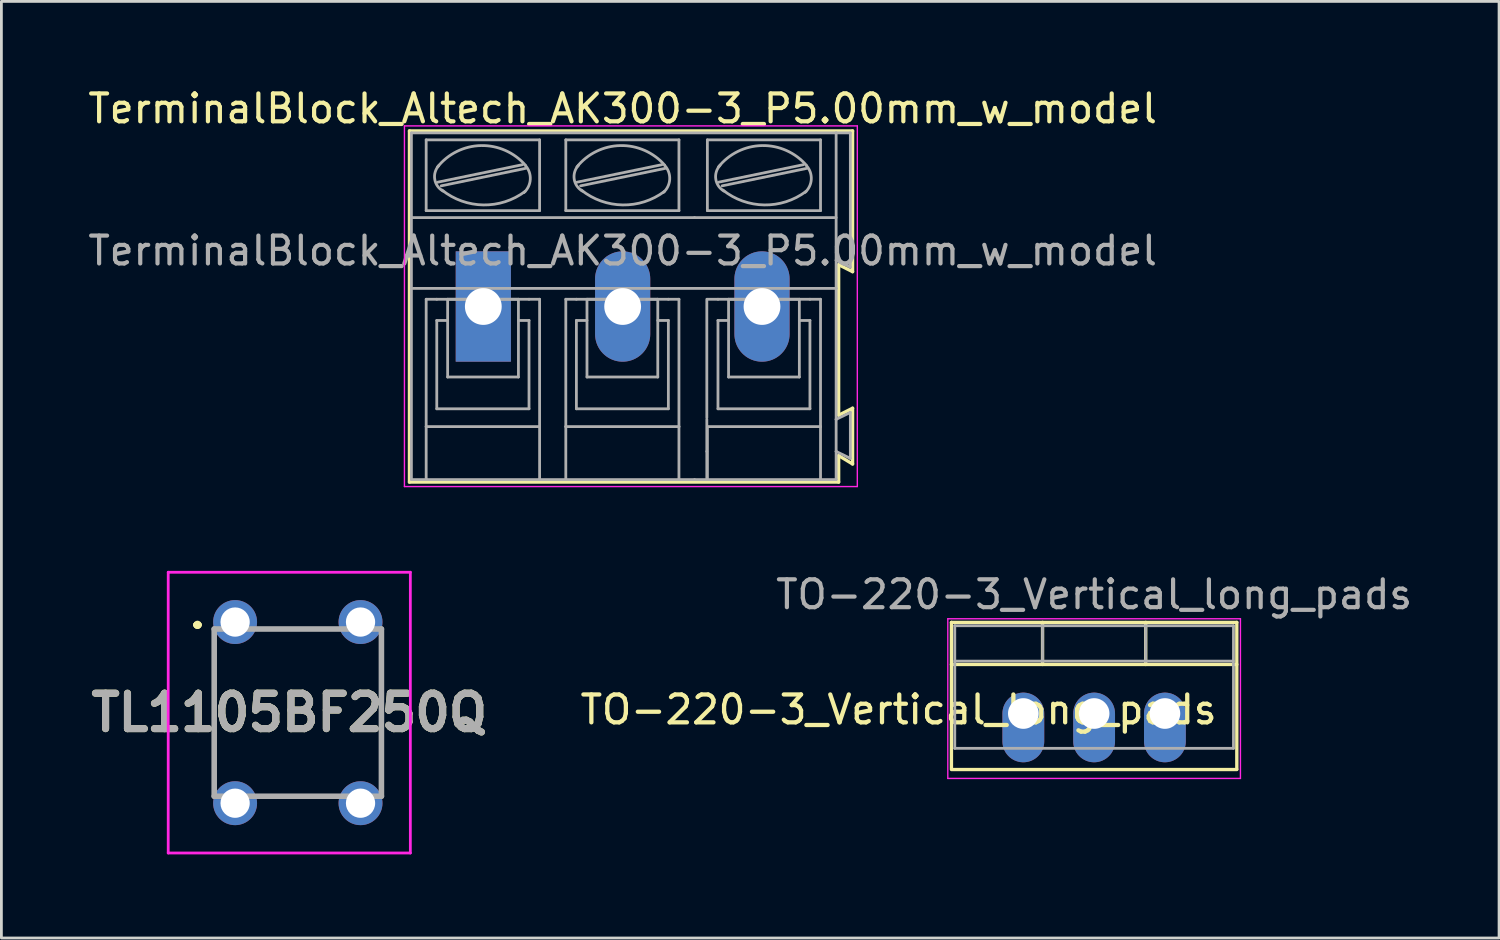
<source format=kicad_pcb>
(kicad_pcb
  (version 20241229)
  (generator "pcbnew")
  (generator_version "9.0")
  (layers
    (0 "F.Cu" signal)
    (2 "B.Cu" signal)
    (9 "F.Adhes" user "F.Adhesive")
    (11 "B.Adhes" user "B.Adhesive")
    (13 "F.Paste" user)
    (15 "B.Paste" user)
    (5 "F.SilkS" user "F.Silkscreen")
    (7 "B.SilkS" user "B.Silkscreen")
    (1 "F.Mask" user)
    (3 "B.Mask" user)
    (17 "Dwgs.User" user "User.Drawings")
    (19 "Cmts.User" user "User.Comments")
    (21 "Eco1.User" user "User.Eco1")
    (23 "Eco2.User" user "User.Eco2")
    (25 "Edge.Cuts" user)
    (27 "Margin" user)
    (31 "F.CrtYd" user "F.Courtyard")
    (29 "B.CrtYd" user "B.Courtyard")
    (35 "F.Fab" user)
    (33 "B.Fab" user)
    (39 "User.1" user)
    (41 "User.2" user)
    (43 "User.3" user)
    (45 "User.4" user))
  (footprint "TerminalBlock_Altech_AK300-3_P5.00mm_w_model"
    (layer "F.Cu")
    (at 14.292 7.948)
    (property "Reference" "TerminalBlock_Altech_AK300-3_P5.00mm_w_model" (at 5 -7.1 0) (layer "F.SilkS") (effects (font (size 1 1) (thickness 0.15))))
    (attr through_hole)
    (fp_line (start -2.65 -6.3) (end -2.65 6.3) (stroke (width 0.12) (type solid)) (layer "F.SilkS"))
    (fp_line (start -2.65 6.3) (end 12.75 6.3) (stroke (width 0.12) (type solid)) (layer "F.SilkS"))
    (fp_line (start 12.75 -1.5) (end 13.25 -1.25) (stroke (width 0.12) (type solid)) (layer "F.SilkS"))
    (fp_line (start 12.75 3.9) (end 12.75 -1.5) (stroke (width 0.12) (type solid)) (layer "F.SilkS"))
    (fp_line (start 12.75 5.35) (end 13.25 5.65) (stroke (width 0.12) (type solid)) (layer "F.SilkS"))
    (fp_line (start 12.75 6.3) (end 12.75 5.35) (stroke (width 0.12) (type solid)) (layer "F.SilkS"))
    (fp_line (start 13.25 -6.3) (end -2.65 -6.3) (stroke (width 0.12) (type solid)) (layer "F.SilkS"))
    (fp_line (start 13.25 -1.25) (end 13.25 -6.3) (stroke (width 0.12) (type solid)) (layer "F.SilkS"))
    (fp_line (start 13.25 3.65) (end 12.75 3.9) (stroke (width 0.12) (type solid)) (layer "F.SilkS"))
    (fp_line (start 13.25 5.65) (end 13.25 3.65) (stroke (width 0.12) (type solid)) (layer "F.SilkS"))
    (fp_line (start -2.83 -6.48) (end -2.83 6.46) (stroke (width 0.05) (type solid)) (layer "F.CrtYd"))
    (fp_line (start -2.83 -6.48) (end 13.42 -6.48) (stroke (width 0.05) (type solid)) (layer "F.CrtYd"))
    (fp_line (start 13.42 6.46) (end -2.83 6.46) (stroke (width 0.05) (type solid)) (layer "F.CrtYd"))
    (fp_line (start 13.42 6.46) (end 13.42 -6.48) (stroke (width 0.05) (type solid)) (layer "F.CrtYd"))
    (fp_line (start -2.58 -6.23) (end 12.66 -6.23) (stroke (width 0.1) (type solid)) (layer "F.Fab"))
    (fp_line (start -2.58 -3.19) (end -2.58 -6.23) (stroke (width 0.1) (type solid)) (layer "F.Fab"))
    (fp_line (start -2.58 -3.19) (end 7.58 -3.19) (stroke (width 0.1) (type solid)) (layer "F.Fab"))
    (fp_line (start -2.58 -0.65) (end -2.58 -3.19) (stroke (width 0.1) (type solid)) (layer "F.Fab"))
    (fp_line (start -2.58 6.21) (end -2.58 -0.65) (stroke (width 0.1) (type solid)) (layer "F.Fab"))
    (fp_line (start -2.58 6.21) (end -2.05 6.21) (stroke (width 0.1) (type solid)) (layer "F.Fab"))
    (fp_line (start -2.05 -3.44) (end -2.05 -5.98) (stroke (width 0.1) (type solid)) (layer "F.Fab"))
    (fp_line (start -2.05 -0.26) (end -2.05 4.31) (stroke (width 0.1) (type solid)) (layer "F.Fab"))
    (fp_line (start -2.05 -0.26) (end -1.67 -0.26) (stroke (width 0.1) (type solid)) (layer "F.Fab"))
    (fp_line (start -2.05 4.31) (end -2.05 6.21) (stroke (width 0.1) (type solid)) (layer "F.Fab"))
    (fp_line (start -2.05 6.21) (end 2.02 6.21) (stroke (width 0.1) (type solid)) (layer "F.Fab"))
    (fp_line (start -1.67 0.5) (end -1.28 0.5) (stroke (width 0.1) (type solid)) (layer "F.Fab"))
    (fp_line (start -1.67 3.67) (end -1.67 0.5) (stroke (width 0.1) (type solid)) (layer "F.Fab"))
    (fp_line (start -1.64 -4.46) (end 1.41 -5.09) (stroke (width 0.1) (type solid)) (layer "F.Fab"))
    (fp_line (start -1.51 -4.33) (end 1.53 -4.96) (stroke (width 0.1) (type solid)) (layer "F.Fab"))
    (fp_line (start -1.28 -0.26) (end 1.26 -0.26) (stroke (width 0.1) (type solid)) (layer "F.Fab"))
    (fp_line (start -1.28 2.53) (end -1.28 -0.26) (stroke (width 0.1) (type solid)) (layer "F.Fab"))
    (fp_line (start -1.28 2.53) (end 1.26 2.53) (stroke (width 0.1) (type solid)) (layer "F.Fab"))
    (fp_line (start 1.26 2.53) (end 1.26 -0.26) (stroke (width 0.1) (type solid)) (layer "F.Fab"))
    (fp_line (start 1.64 -0.26) (end -1.67 -0.26) (stroke (width 0.1) (type solid)) (layer "F.Fab"))
    (fp_line (start 1.64 0.5) (end 1.26 0.5) (stroke (width 0.1) (type solid)) (layer "F.Fab"))
    (fp_line (start 1.64 3.67) (end -1.67 3.67) (stroke (width 0.1) (type solid)) (layer "F.Fab"))
    (fp_line (start 1.64 3.67) (end 1.64 0.5) (stroke (width 0.1) (type solid)) (layer "F.Fab"))
    (fp_line (start 2.02 -5.98) (end -2.05 -5.98) (stroke (width 0.1) (type solid)) (layer "F.Fab"))
    (fp_line (start 2.02 -3.44) (end -2.05 -3.44) (stroke (width 0.1) (type solid)) (layer "F.Fab"))
    (fp_line (start 2.02 -3.44) (end 2.02 -5.98) (stroke (width 0.1) (type solid)) (layer "F.Fab"))
    (fp_line (start 2.02 -0.26) (end 1.64 -0.26) (stroke (width 0.1) (type solid)) (layer "F.Fab"))
    (fp_line (start 2.02 4.31) (end -2.05 4.31) (stroke (width 0.1) (type solid)) (layer "F.Fab"))
    (fp_line (start 2.02 4.31) (end 2.02 -0.26) (stroke (width 0.1) (type solid)) (layer "F.Fab"))
    (fp_line (start 2.02 6.21) (end 2.02 4.31) (stroke (width 0.1) (type solid)) (layer "F.Fab"))
    (fp_line (start 2.02 6.21) (end 2.96 6.21) (stroke (width 0.1) (type solid)) (layer "F.Fab"))
    (fp_line (start 2.96 -5.98) (end 7.02 -5.98) (stroke (width 0.1) (type solid)) (layer "F.Fab"))
    (fp_line (start 2.96 -3.44) (end 2.96 -5.98) (stroke (width 0.1) (type solid)) (layer "F.Fab"))
    (fp_line (start 2.96 -0.26) (end 3.34 -0.26) (stroke (width 0.1) (type solid)) (layer "F.Fab"))
    (fp_line (start 2.96 4.31) (end 2.96 -0.26) (stroke (width 0.1) (type solid)) (layer "F.Fab"))
    (fp_line (start 2.96 4.31) (end 7.02 4.31) (stroke (width 0.1) (type solid)) (layer "F.Fab"))
    (fp_line (start 2.96 6.21) (end 2.96 4.31) (stroke (width 0.1) (type solid)) (layer "F.Fab"))
    (fp_line (start 2.96 6.21) (end 7.02 6.21) (stroke (width 0.1) (type solid)) (layer "F.Fab"))
    (fp_line (start 3.34 -0.26) (end 6.64 -0.26) (stroke (width 0.1) (type solid)) (layer "F.Fab"))
    (fp_line (start 3.34 0.5) (end 3.72 0.5) (stroke (width 0.1) (type solid)) (layer "F.Fab"))
    (fp_line (start 3.34 3.67) (end 3.34 0.5) (stroke (width 0.1) (type solid)) (layer "F.Fab"))
    (fp_line (start 3.36 -4.46) (end 6.41 -5.09) (stroke (width 0.1) (type solid)) (layer "F.Fab"))
    (fp_line (start 3.49 -4.33) (end 6.54 -4.96) (stroke (width 0.1) (type solid)) (layer "F.Fab"))
    (fp_line (start 3.72 -0.26) (end 6.26 -0.26) (stroke (width 0.1) (type solid)) (layer "F.Fab"))
    (fp_line (start 3.72 2.53) (end 3.72 -0.26) (stroke (width 0.1) (type solid)) (layer "F.Fab"))
    (fp_line (start 3.72 2.53) (end 6.26 2.53) (stroke (width 0.1) (type solid)) (layer "F.Fab"))
    (fp_line (start 6.26 2.53) (end 6.26 -0.26) (stroke (width 0.1) (type solid)) (layer "F.Fab"))
    (fp_line (start 6.64 0.5) (end 6.26 0.5) (stroke (width 0.1) (type solid)) (layer "F.Fab"))
    (fp_line (start 6.64 3.67) (end 3.34 3.67) (stroke (width 0.1) (type solid)) (layer "F.Fab"))
    (fp_line (start 6.64 3.67) (end 6.64 0.5) (stroke (width 0.1) (type solid)) (layer "F.Fab"))
    (fp_line (start 7.02 -5.98) (end 7.02 -3.44) (stroke (width 0.1) (type solid)) (layer "F.Fab"))
    (fp_line (start 7.02 -3.44) (end 2.96 -3.44) (stroke (width 0.1) (type solid)) (layer "F.Fab"))
    (fp_line (start 7.02 -0.26) (end 6.64 -0.26) (stroke (width 0.1) (type solid)) (layer "F.Fab"))
    (fp_line (start 7.02 -0.26) (end 7.02 4.31) (stroke (width 0.1) (type solid)) (layer "F.Fab"))
    (fp_line (start 7.02 4.31) (end 7.02 6.21) (stroke (width 0.1) (type solid)) (layer "F.Fab"))
    (fp_line (start 7.02 6.21) (end 7.58 6.21) (stroke (width 0.1) (type solid)) (layer "F.Fab"))
    (fp_line (start 7.58 -3.19) (end 12.6 -3.19) (stroke (width 0.1) (type solid)) (layer "F.Fab"))
    (fp_line (start 8.02 3.99) (end 8.02 -0.26) (stroke (width 0.1) (type solid)) (layer "F.Fab"))
    (fp_line (start 8.02 4.05) (end 8.02 5.2) (stroke (width 0.1) (type solid)) (layer "F.Fab"))
    (fp_line (start 8.02 5.2) (end 8.02 6.21) (stroke (width 0.1) (type solid)) (layer "F.Fab"))
    (fp_line (start 8.04 -5.98) (end 12.1 -5.98) (stroke (width 0.1) (type solid)) (layer "F.Fab"))
    (fp_line (start 8.04 -3.44) (end 8.04 -5.98) (stroke (width 0.1) (type solid)) (layer "F.Fab"))
    (fp_line (start 8.04 -0.26) (end 8.42 -0.26) (stroke (width 0.1) (type solid)) (layer "F.Fab"))
    (fp_line (start 8.04 4.31) (end 12.1 4.31) (stroke (width 0.1) (type solid)) (layer "F.Fab"))
    (fp_line (start 8.04 6.21) (end 8.04 4.31) (stroke (width 0.1) (type solid)) (layer "F.Fab"))
    (fp_line (start 8.42 -0.26) (end 11.72 -0.26) (stroke (width 0.1) (type solid)) (layer "F.Fab"))
    (fp_line (start 8.42 0.5) (end 8.8 0.5) (stroke (width 0.1) (type solid)) (layer "F.Fab"))
    (fp_line (start 8.42 3.67) (end 8.42 0.5) (stroke (width 0.1) (type solid)) (layer "F.Fab"))
    (fp_line (start 8.44 -4.46) (end 11.49 -5.09) (stroke (width 0.1) (type solid)) (layer "F.Fab"))
    (fp_line (start 8.57 -4.33) (end 11.62 -4.96) (stroke (width 0.1) (type solid)) (layer "F.Fab"))
    (fp_line (start 8.8 -0.26) (end 11.34 -0.26) (stroke (width 0.1) (type solid)) (layer "F.Fab"))
    (fp_line (start 8.8 2.53) (end 8.8 -0.26) (stroke (width 0.1) (type solid)) (layer "F.Fab"))
    (fp_line (start 8.8 2.53) (end 11.34 2.53) (stroke (width 0.1) (type solid)) (layer "F.Fab"))
    (fp_line (start 11.34 2.53) (end 11.34 -0.26) (stroke (width 0.1) (type solid)) (layer "F.Fab"))
    (fp_line (start 11.72 0.5) (end 11.34 0.5) (stroke (width 0.1) (type solid)) (layer "F.Fab"))
    (fp_line (start 11.72 3.67) (end 8.42 3.67) (stroke (width 0.1) (type solid)) (layer "F.Fab"))
    (fp_line (start 11.72 3.67) (end 11.72 0.5) (stroke (width 0.1) (type solid)) (layer "F.Fab"))
    (fp_line (start 12.09 6.21) (end 7.58 6.21) (stroke (width 0.1) (type solid)) (layer "F.Fab"))
    (fp_line (start 12.1 -5.98) (end 12.1 -3.44) (stroke (width 0.1) (type solid)) (layer "F.Fab"))
    (fp_line (start 12.1 -3.44) (end 8.04 -3.44) (stroke (width 0.1) (type solid)) (layer "F.Fab"))
    (fp_line (start 12.1 -0.26) (end 11.72 -0.26) (stroke (width 0.1) (type solid)) (layer "F.Fab"))
    (fp_line (start 12.1 -0.26) (end 12.1 4.31) (stroke (width 0.1) (type solid)) (layer "F.Fab"))
    (fp_line (start 12.1 4.31) (end 12.1 6.21) (stroke (width 0.1) (type solid)) (layer "F.Fab"))
    (fp_line (start 12.1 6.21) (end 12.66 6.21) (stroke (width 0.1) (type solid)) (layer "F.Fab"))
    (fp_line (start 12.66 -6.23) (end 12.66 -3.19) (stroke (width 0.1) (type solid)) (layer "F.Fab"))
    (fp_line (start 12.66 -6.23) (end 13.17 -6.23) (stroke (width 0.1) (type solid)) (layer "F.Fab"))
    (fp_line (start 12.66 -3.19) (end 12.66 -1.66) (stroke (width 0.1) (type solid)) (layer "F.Fab"))
    (fp_line (start 12.66 -1.66) (end 12.66 -0.65) (stroke (width 0.1) (type solid)) (layer "F.Fab"))
    (fp_line (start 12.66 -0.65) (end -2.52 -0.65) (stroke (width 0.1) (type solid)) (layer "F.Fab"))
    (fp_line (start 12.66 -0.65) (end 12.66 4.05) (stroke (width 0.1) (type solid)) (layer "F.Fab"))
    (fp_line (start 12.66 4.05) (end 12.66 5.2) (stroke (width 0.1) (type solid)) (layer "F.Fab"))
    (fp_line (start 12.66 5.2) (end 12.66 6.21) (stroke (width 0.1) (type solid)) (layer "F.Fab"))
    (fp_line (start 13.17 -6.23) (end 13.17 -1.41) (stroke (width 0.1) (type solid)) (layer "F.Fab"))
    (fp_line (start 13.17 -1.41) (end 12.66 -1.66) (stroke (width 0.1) (type solid)) (layer "F.Fab"))
    (fp_line (start 13.17 3.8) (end 12.66 4.05) (stroke (width 0.1) (type solid)) (layer "F.Fab"))
    (fp_line (start 13.17 3.8) (end 13.17 5.45) (stroke (width 0.1) (type solid)) (layer "F.Fab"))
    (fp_line (start 13.17 5.45) (end 12.66 5.2) (stroke (width 0.1) (type solid)) (layer "F.Fab"))
    (fp_arc (start -1.64 -5.01) (mid -0.080263 -5.774867) (end 1.508239 -5.071686) (stroke (width 0.1) (type solid)) (layer "F.Fab"))
    (fp_arc (start -1.44 -4.14) (mid -1.742324 -4.561515) (end -1.595426 -5.059005) (stroke (width 0.1) (type solid)) (layer "F.Fab"))
    (fp_arc (start 1.5 -4.13) (mid 0.000583 -3.644318) (end -1.482333 -4.178263) (stroke (width 0.1) (type solid)) (layer "F.Fab"))
    (fp_arc (start 1.51 -5.06) (mid 1.685733 -4.561652) (end 1.455532 -4.086005) (stroke (width 0.1) (type solid)) (layer "F.Fab"))
    (fp_arc (start 3.36 -5.01) (mid 4.919737 -5.774867) (end 6.508239 -5.071686) (stroke (width 0.1) (type solid)) (layer "F.Fab"))
    (fp_arc (start 3.56 -4.14) (mid 3.261534 -4.569406) (end 3.417028 -5.068699) (stroke (width 0.1) (type solid)) (layer "F.Fab"))
    (fp_arc (start 6.5 -4.13) (mid 5.000583 -3.644318) (end 3.517667 -4.178263) (stroke (width 0.1) (type solid)) (layer "F.Fab"))
    (fp_arc (start 6.51 -5.06) (mid 6.688693 -4.568754) (end 6.465619 -4.096005) (stroke (width 0.1) (type solid)) (layer "F.Fab"))
    (fp_arc (start 8.44 -5.01) (mid 9.999737 -5.774867) (end 11.588239 -5.071686) (stroke (width 0.1) (type solid)) (layer "F.Fab"))
    (fp_arc (start 8.64 -4.14) (mid 8.341534 -4.569406) (end 8.497028 -5.068699) (stroke (width 0.1) (type solid)) (layer "F.Fab"))
    (fp_arc (start 11.58 -4.13) (mid 10.080583 -3.644318) (end 8.597667 -4.178263) (stroke (width 0.1) (type solid)) (layer "F.Fab"))
    (fp_arc (start 11.59 -5.06) (mid 11.768693 -4.568754) (end 11.545619 -4.096005) (stroke (width 0.1) (type solid)) (layer "F.Fab"))
    (fp_text user "${REFERENCE}" (at 5 -2 0) (layer "F.Fab") (effects (font (size 1 1) (thickness 0.15))))
    (pad "1" thru_hole rect (at 0 0) (size 1.98 3.96) (drill 1.32) (layers "*.Cu" "*.Mask"))
    (pad "2" thru_hole oval (at 5 0) (size 1.98 3.96) (drill 1.32) (layers "*.Cu" "*.Mask"))
    (pad "3" thru_hole oval (at 10 0) (size 1.98 3.96) (drill 1.32) (layers "*.Cu" "*.Mask")))
  (footprint "TO-220-3_Vertical_long_pads"
    (layer "F.Cu")
    (at 33.669 22.552)
    (property "Reference" "TO-220-3_Vertical_long_pads" (at -4.476 -0.138 180) (layer "F.SilkS") (effects (font (size 1 1) (thickness 0.153))))
    (attr through_hole)
    (fp_line (start -2.58 -3.27) (end -2.58 1.97) (stroke (width 0.12) (type solid)) (layer "F.SilkS"))
    (fp_line (start -2.58 -3.27) (end 7.66 -3.27) (stroke (width 0.12) (type solid)) (layer "F.SilkS"))
    (fp_line (start -2.58 -1.76) (end 7.66 -1.76) (stroke (width 0.12) (type solid)) (layer "F.SilkS"))
    (fp_line (start -2.58 2.01) (end 7.66 2.01) (stroke (width 0.12) (type solid)) (layer "F.SilkS"))
    (fp_line (start 0.69 -3.27) (end 0.69 -1.76) (stroke (width 0.12) (type solid)) (layer "F.SilkS"))
    (fp_line (start 4.391 -3.27) (end 4.391 -1.76) (stroke (width 0.12) (type solid)) (layer "F.SilkS"))
    (fp_line (start 7.66 -3.27) (end 7.66 1.99) (stroke (width 0.12) (type solid)) (layer "F.SilkS"))
    (fp_line (start -2.71 -3.4) (end -2.71 2.33) (stroke (width 0.05) (type solid)) (layer "F.CrtYd"))
    (fp_line (start -2.71 2.33) (end 7.79 2.33) (stroke (width 0.05) (type solid)) (layer "F.CrtYd"))
    (fp_line (start 7.79 -3.4) (end -2.71 -3.4) (stroke (width 0.05) (type solid)) (layer "F.CrtYd"))
    (fp_line (start 7.79 2.33) (end 7.79 -3.4) (stroke (width 0.05) (type solid)) (layer "F.CrtYd"))
    (fp_line (start -2.46 -3.15) (end -2.46 1.25) (stroke (width 0.1) (type solid)) (layer "F.Fab"))
    (fp_line (start -2.46 -1.88) (end 7.54 -1.88) (stroke (width 0.1) (type solid)) (layer "F.Fab"))
    (fp_line (start -2.46 1.25) (end 7.54 1.25) (stroke (width 0.1) (type solid)) (layer "F.Fab"))
    (fp_line (start 0.69 -3.15) (end 0.69 -1.88) (stroke (width 0.1) (type solid)) (layer "F.Fab"))
    (fp_line (start 4.39 -3.15) (end 4.39 -1.88) (stroke (width 0.1) (type solid)) (layer "F.Fab"))
    (fp_line (start 7.54 -3.15) (end -2.46 -3.15) (stroke (width 0.1) (type solid)) (layer "F.Fab"))
    (fp_line (start 7.54 1.25) (end 7.54 -3.15) (stroke (width 0.1) (type solid)) (layer "F.Fab"))
    (fp_text user "${REFERENCE}" (at 2.54 -4.27 180) (layer "F.Fab") (effects (font (size 1 1) (thickness 0.15))))
    (pad "1" thru_hole oval (at 0 0) (size 1.5 2.5) (drill 1.1 (offset 0 0.5)) (layers "*.Cu" "*.Mask"))
    (pad "2" thru_hole oval (at 2.54 0) (size 1.5 2.5) (drill 1.1 (offset 0 0.5)) (layers "*.Cu" "*.Mask"))
    (pad "3" thru_hole oval (at 5.08 0) (size 1.5 2.5) (drill 1.1 (offset 0 0.5)) (layers "*.Cu" "*.Mask")))
  (footprint "TL1105BF250Q"
    (layer "F.Cu")
    (at 5.386 19.27)
    (property "Reference" "TL1105BF250Q" (at 1.944 3.25 0) (layer "F.SilkS") (effects (font (size 1.27 1.27) (thickness 0.254))))
    (attr through_hole)
    (fp_line (start -1.4 0.1) (end -1.4 0.1) (stroke (width 0.2) (type solid)) (layer "F.SilkS"))
    (fp_line (start -1.4 0.1) (end -1.4 0.1) (stroke (width 0.2) (type solid)) (layer "F.SilkS"))
    (fp_line (start -1.3 0.1) (end -1.3 0.1) (stroke (width 0.2) (type solid)) (layer "F.SilkS"))
    (fp_line (start -0.75 1.25) (end -0.75 1.25) (stroke (width 0.1) (type solid)) (layer "F.SilkS"))
    (fp_line (start -0.75 1.25) (end -0.75 5.5) (stroke (width 0.1) (type solid)) (layer "F.SilkS"))
    (fp_line (start -0.75 5.5) (end -0.75 1.25) (stroke (width 0.1) (type solid)) (layer "F.SilkS"))
    (fp_line (start -0.75 5.5) (end -0.75 5.5) (stroke (width 0.1) (type solid)) (layer "F.SilkS"))
    (fp_line (start 1.25 0.25) (end 1.25 0.25) (stroke (width 0.1) (type solid)) (layer "F.SilkS"))
    (fp_line (start 1.25 0.25) (end 3.25 0.25) (stroke (width 0.1) (type solid)) (layer "F.SilkS"))
    (fp_line (start 1.25 6.25) (end 1.25 6.25) (stroke (width 0.1) (type solid)) (layer "F.SilkS"))
    (fp_line (start 1.25 6.25) (end 3.25 6.25) (stroke (width 0.1) (type solid)) (layer "F.SilkS"))
    (fp_line (start 3.25 0.25) (end 1.25 0.25) (stroke (width 0.1) (type solid)) (layer "F.SilkS"))
    (fp_line (start 3.25 0.25) (end 3.25 0.25) (stroke (width 0.1) (type solid)) (layer "F.SilkS"))
    (fp_line (start 3.25 6.25) (end 1.25 6.25) (stroke (width 0.1) (type solid)) (layer "F.SilkS"))
    (fp_line (start 3.25 6.25) (end 3.25 6.25) (stroke (width 0.1) (type solid)) (layer "F.SilkS"))
    (fp_line (start 5.25 1) (end 5.25 1) (stroke (width 0.1) (type solid)) (layer "F.SilkS"))
    (fp_line (start 5.25 1) (end 5.25 5.5) (stroke (width 0.1) (type solid)) (layer "F.SilkS"))
    (fp_line (start 5.25 5.5) (end 5.25 1) (stroke (width 0.1) (type solid)) (layer "F.SilkS"))
    (fp_line (start 5.25 5.5) (end 5.25 5.5) (stroke (width 0.1) (type solid)) (layer "F.SilkS"))
    (fp_arc (start -1.4 0.1) (mid -1.35 0.05) (end -1.3 0.1) (stroke (width 0.2) (type solid)) (layer "F.SilkS"))
    (fp_arc (start -1.3 0.1) (mid -1.35 0.15) (end -1.4 0.1) (stroke (width 0.2) (type solid)) (layer "F.SilkS"))
    (fp_arc (start -1.3 0.1) (mid -1.35 0.15) (end -1.4 0.1) (stroke (width 0.2) (type solid)) (layer "F.SilkS"))
    (fp_line (start -2.4 -1.787) (end 6.288 -1.787) (stroke (width 0.1) (type solid)) (layer "F.CrtYd"))
    (fp_line (start -2.4 8.287) (end -2.4 -1.787) (stroke (width 0.1) (type solid)) (layer "F.CrtYd"))
    (fp_line (start 6.288 -1.787) (end 6.288 8.287) (stroke (width 0.1) (type solid)) (layer "F.CrtYd"))
    (fp_line (start 6.288 8.287) (end -2.4 8.287) (stroke (width 0.1) (type solid)) (layer "F.CrtYd"))
    (fp_line (start -0.75 0.25) (end -0.75 6.25) (stroke (width 0.2) (type solid)) (layer "F.Fab"))
    (fp_line (start -0.75 6.25) (end 5.25 6.25) (stroke (width 0.2) (type solid)) (layer "F.Fab"))
    (fp_line (start 5.25 0.25) (end -0.75 0.25) (stroke (width 0.2) (type solid)) (layer "F.Fab"))
    (fp_line (start 5.25 6.25) (end 5.25 0.25) (stroke (width 0.2) (type solid)) (layer "F.Fab"))
    (fp_text user "${REFERENCE}" (at 1.944 3.25 0) (layer "F.Fab") (effects (font (size 1.27 1.27) (thickness 0.254))))
    (pad "1" thru_hole circle (at 0 0) (size 1.575 1.575) (drill 1.05) (layers "*.Cu" "*.Mask"))
    (pad "2" thru_hole circle (at 0 6.5) (size 1.575 1.575) (drill 1.05) (layers "*.Cu" "*.Mask"))
    (pad "3" thru_hole circle (at 4.5 0) (size 1.575 1.575) (drill 1.05) (layers "*.Cu" "*.Mask"))
    (pad "4" thru_hole circle (at 4.5 6.5) (size 1.575 1.575) (drill 1.05) (layers "*.Cu" "*.Mask")))
  (gr_rect
    (start -3 -3)
    (end 50.739 30.607)
    (stroke (width 0.1) (type default))
    (fill no)
    (layer "Edge.Cuts")))
</source>
